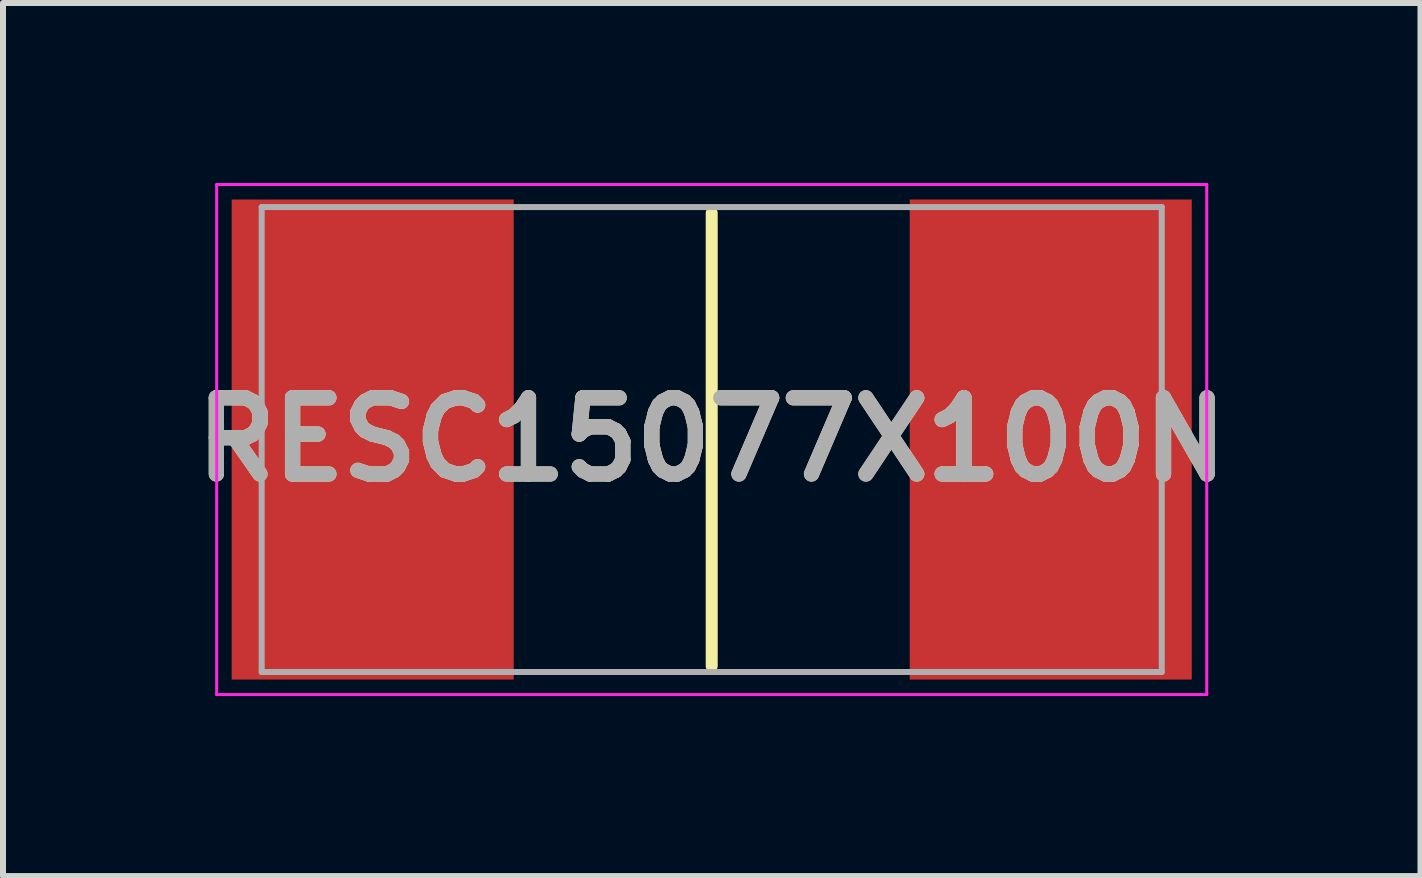
<source format=kicad_pcb>
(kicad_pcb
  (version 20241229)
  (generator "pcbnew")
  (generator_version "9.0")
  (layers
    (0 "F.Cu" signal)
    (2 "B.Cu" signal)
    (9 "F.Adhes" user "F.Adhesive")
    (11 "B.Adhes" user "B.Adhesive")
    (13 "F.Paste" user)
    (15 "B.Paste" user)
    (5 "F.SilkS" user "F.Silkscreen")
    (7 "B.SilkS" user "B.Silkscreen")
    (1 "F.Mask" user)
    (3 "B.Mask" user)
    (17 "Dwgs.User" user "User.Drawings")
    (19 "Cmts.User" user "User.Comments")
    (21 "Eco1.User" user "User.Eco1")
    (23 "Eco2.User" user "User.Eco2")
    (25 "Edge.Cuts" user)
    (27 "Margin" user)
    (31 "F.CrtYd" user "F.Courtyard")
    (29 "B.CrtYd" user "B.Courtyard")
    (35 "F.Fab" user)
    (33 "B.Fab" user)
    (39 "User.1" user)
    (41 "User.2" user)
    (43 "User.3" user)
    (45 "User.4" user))
  (footprint "RESC15077X100N"
    (layer "F.Cu")
    (at 8.811 4.275)
    (property "Reference" "RESC15077X100N" (at 0 0 0) (layer "F.SilkS") (effects (font (size 1.27 1.27) (thickness 0.254))))
    (attr smd)
    (fp_line (start 0 -3.774) (end 0 3.774) (stroke (width 0.2) (type solid)) (layer "F.SilkS"))
    (fp_line (start -8.25 -4.25) (end 8.25 -4.25) (stroke (width 0.05) (type solid)) (layer "F.CrtYd"))
    (fp_line (start -8.25 4.25) (end -8.25 -4.25) (stroke (width 0.05) (type solid)) (layer "F.CrtYd"))
    (fp_line (start 8.25 -4.25) (end 8.25 4.25) (stroke (width 0.05) (type solid)) (layer "F.CrtYd"))
    (fp_line (start 8.25 4.25) (end -8.25 4.25) (stroke (width 0.05) (type solid)) (layer "F.CrtYd"))
    (fp_line (start -7.5 -3.874) (end 7.5 -3.874) (stroke (width 0.1) (type solid)) (layer "F.Fab"))
    (fp_line (start -7.5 3.874) (end -7.5 -3.874) (stroke (width 0.1) (type solid)) (layer "F.Fab"))
    (fp_line (start 7.5 -3.874) (end 7.5 3.874) (stroke (width 0.1) (type solid)) (layer "F.Fab"))
    (fp_line (start 7.5 3.874) (end -7.5 3.874) (stroke (width 0.1) (type solid)) (layer "F.Fab"))
    (fp_text user "${REFERENCE}" (at 0 0 0) (layer "F.Fab") (effects (font (size 1.27 1.27) (thickness 0.254))))
    (pad "1" smd rect (at -5.65 0) (size 4.7 8) (layers "F.Cu" "F.Mask" "F.Paste"))
    (pad "2" smd rect (at 5.65 0) (size 4.7 8) (layers "F.Cu" "F.Mask" "F.Paste")))
  (gr_rect
    (start -3 -3)
    (end 20.623 11.55)
    (stroke (width 0.1) (type default))
    (fill no)
    (layer "Edge.Cuts")))
</source>
